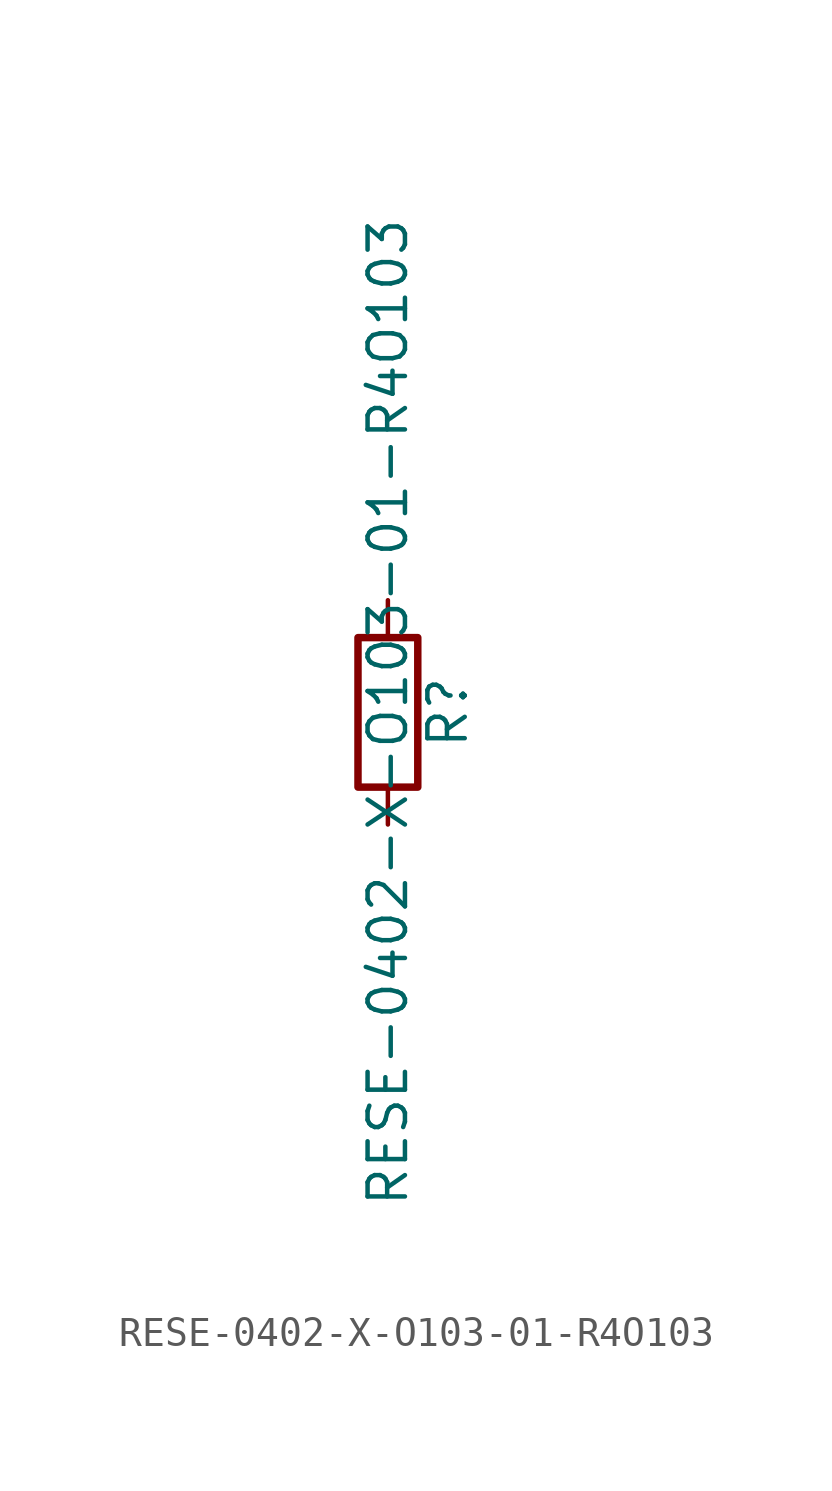
<source format=kicad_sym>
(kicad_symbol_lib
  (version 20211014)
  (generator kicad_symbol_editor)
  (symbol "RESE-0402-X-O103-01-R4O103"
    (pin_numbers hide)
    (pin_names
      (offset 0))
    (property "Reference" "R"
      (at 2.032 0 90)
      (effects (font (size 1.27 1.27))))
    (property "Value" "RESE-0402-X-O103-01-R4O103"
      (at 0 0 90)
      (effects (font (size 1.27 1.27))))
    (symbol "RESE-0402-X-O103-01-R4O103_0_1"
      (rectangle (start -1.016 -2.54) (end 1.016 2.54) (stroke (width 0.254) (type default) (color 0 0 0 0)) (fill (type none))))
    (symbol "RESE-0402-X-O103-01-R4O103_1_1"
      (pin passive line (at 0 3.81 270) (length 1.27) (name "~" (effects (font (size 1.27 1.27)))) (number "1" (effects (font (size 1.27 1.27)))))
      (pin passive line (at 0 -3.81 90) (length 1.27) (name "~" (effects (font (size 1.27 1.27)))) (number "2" (effects (font (size 1.27 1.27))))))))
</source>
